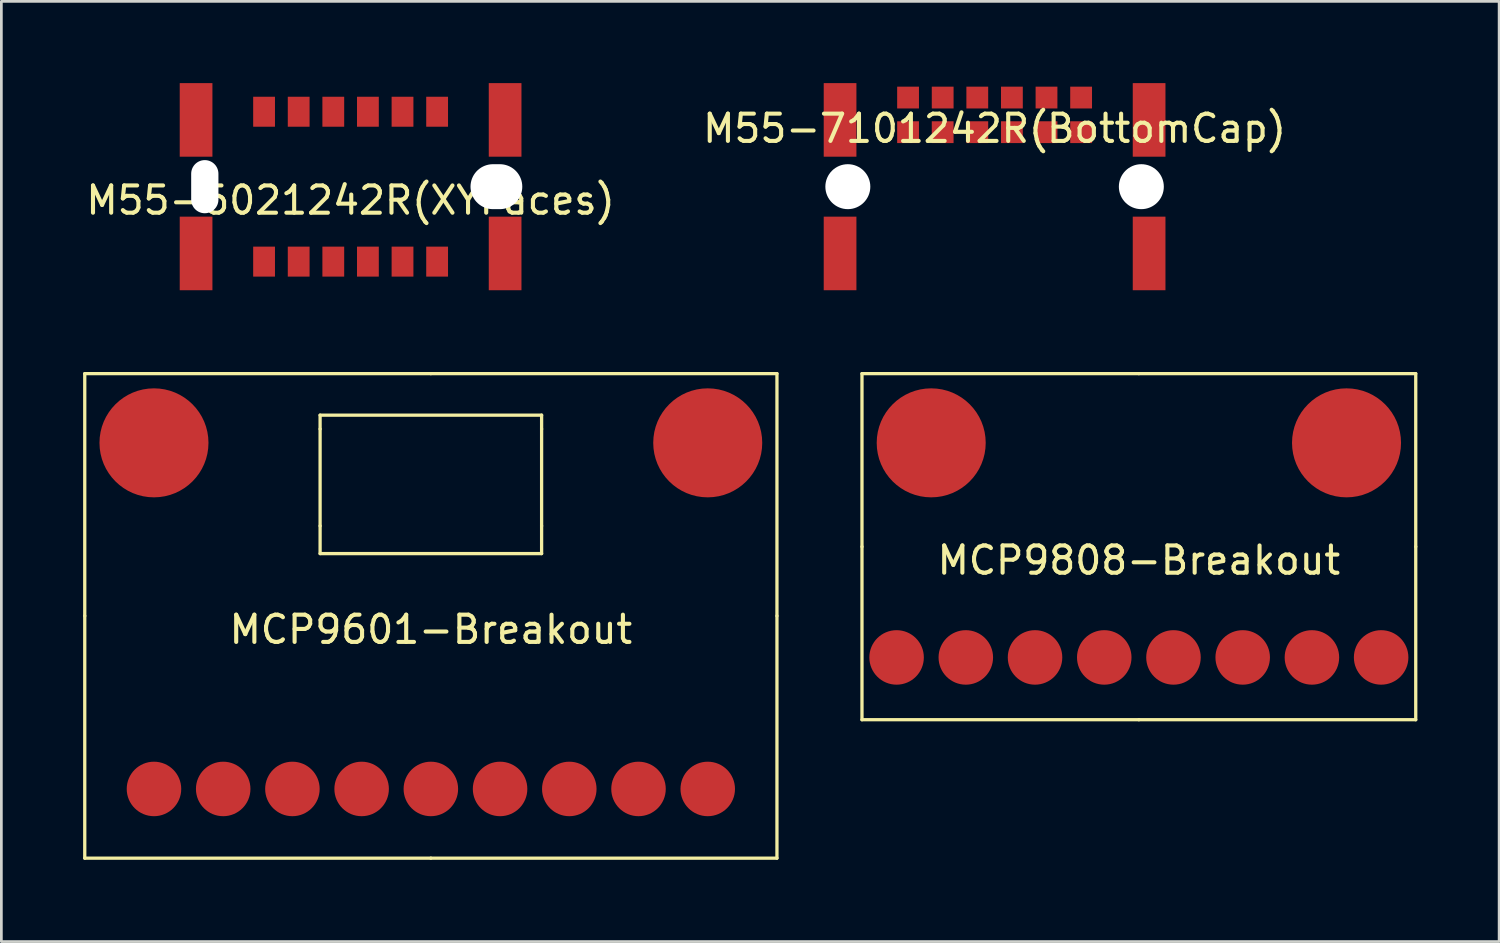
<source format=kicad_pcb>
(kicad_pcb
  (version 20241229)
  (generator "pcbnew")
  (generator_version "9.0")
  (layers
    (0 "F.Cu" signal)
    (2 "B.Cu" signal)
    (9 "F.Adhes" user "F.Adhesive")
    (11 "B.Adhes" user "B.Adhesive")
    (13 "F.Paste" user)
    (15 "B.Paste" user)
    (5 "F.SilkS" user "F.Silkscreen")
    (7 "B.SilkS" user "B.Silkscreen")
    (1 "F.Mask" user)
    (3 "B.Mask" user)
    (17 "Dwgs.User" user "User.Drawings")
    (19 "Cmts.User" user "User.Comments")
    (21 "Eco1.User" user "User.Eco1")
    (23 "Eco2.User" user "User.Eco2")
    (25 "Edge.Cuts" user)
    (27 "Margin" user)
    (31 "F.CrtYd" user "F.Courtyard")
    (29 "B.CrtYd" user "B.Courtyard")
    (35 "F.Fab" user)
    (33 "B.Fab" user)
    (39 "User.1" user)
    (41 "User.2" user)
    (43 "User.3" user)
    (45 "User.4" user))
  (footprint "M55-7101242R(BottomCap)"
    (layer "F.Cu")
    (at 33.446 1.165)
    (property "Reference" "M55-7101242R(BottomCap)" (at 0 0.5 0) (layer "F.SilkS") (effects (font (size 1 1) (thickness 0.15))))
    (attr through_hole)
    (pad "" smd rect (at -5.67 0.185) (size 1.2 2.7) (layers "F.Cu" "F.Mask" "F.Paste"))
    (pad "" smd rect (at -5.67 5.085) (size 1.2 2.7) (layers "F.Cu" "F.Mask" "F.Paste"))
    (pad "" np_thru_hole circle (at -5.385 2.635) (size 1.65 1.65) (drill 1.65) (layers "*.Cu" "*.Mask"))
    (pad "" np_thru_hole circle (at 5.385 2.635) (size 1.65 1.65) (drill 1.65) (layers "*.Cu" "*.Mask"))
    (pad "" smd rect (at 5.67 0.185) (size 1.2 2.7) (layers "F.Cu" "F.Mask" "F.Paste"))
    (pad "" smd rect (at 5.67 5.085) (size 1.2 2.7) (layers "F.Cu" "F.Mask" "F.Paste"))
    (pad "1" smd rect (at 3.175 -0.635) (size 0.8 0.8) (layers "F.Cu" "F.Mask" "F.Paste"))
    (pad "2" smd rect (at 1.905 -0.635) (size 0.8 0.8) (layers "F.Cu" "F.Mask" "F.Paste"))
    (pad "3" smd rect (at 0.635 -0.635) (size 0.8 0.8) (layers "F.Cu" "F.Mask" "F.Paste"))
    (pad "4" smd rect (at -0.635 -0.635) (size 0.8 0.8) (layers "F.Cu" "F.Mask" "F.Paste"))
    (pad "5" smd rect (at -1.905 -0.635) (size 0.8 0.8) (layers "F.Cu" "F.Mask" "F.Paste"))
    (pad "6" smd rect (at -3.175 -0.635) (size 0.8 0.8) (layers "F.Cu" "F.Mask" "F.Paste"))
    (pad "7" smd rect (at 3.175 0.635) (size 0.8 0.8) (layers "F.Cu" "F.Mask" "F.Paste"))
    (pad "8" smd rect (at 1.905 0.635) (size 0.8 0.8) (layers "F.Cu" "F.Mask" "F.Paste"))
    (pad "9" smd rect (at 0.635 0.635) (size 0.8 0.8) (layers "F.Cu" "F.Mask" "F.Paste"))
    (pad "10" smd rect (at -0.635 0.635) (size 0.8 0.8) (layers "F.Cu" "F.Mask" "F.Paste"))
    (pad "11" smd rect (at -1.905 0.635) (size 0.8 0.8) (layers "F.Cu" "F.Mask" "F.Paste"))
    (pad "12" smd rect (at -3.175 0.635) (size 0.8 0.8) (layers "F.Cu" "F.Mask" "F.Paste")))
  (footprint "M55-6021242R(XYFaces)"
    (layer "F.Cu")
    (at 9.815 3.8)
    (property "Reference" "M55-6021242R(XYFaces)" (at 0 0.5 0) (layer "F.SilkS") (effects (font (size 1 1) (thickness 0.15))))
    (attr through_hole)
    (pad "" smd rect (at -5.67 -2.45) (size 1.2 2.7) (layers "F.Cu" "F.Mask" "F.Paste"))
    (pad "" smd rect (at -5.67 2.45) (size 1.2 2.7) (layers "F.Cu" "F.Mask" "F.Paste"))
    (pad "" np_thru_hole oval (at -5.35 0) (size 1 1.95) (drill oval 1 1.95) (layers "*.Cu" "*.Mask"))
    (pad "" np_thru_hole oval (at 5.35 0) (size 1.9 1.65) (drill oval 1.9 1.65) (layers "*.Cu" "*.Mask"))
    (pad "" smd rect (at 5.67 -2.45) (size 1.2 2.7) (layers "F.Cu" "F.Mask" "F.Paste"))
    (pad "" smd rect (at 5.67 2.45) (size 1.2 2.7) (layers "F.Cu" "F.Mask" "F.Paste"))
    (pad "1" smd rect (at -3.175 -2.75) (size 0.8 1.1) (layers "F.Cu" "F.Mask" "F.Paste"))
    (pad "2" smd rect (at -1.905 -2.75) (size 0.8 1.1) (layers "F.Cu" "F.Mask" "F.Paste"))
    (pad "3" smd rect (at -0.635 -2.75) (size 0.8 1.1) (layers "F.Cu" "F.Mask" "F.Paste"))
    (pad "4" smd rect (at 0.635 -2.75) (size 0.8 1.1) (layers "F.Cu" "F.Mask" "F.Paste"))
    (pad "5" smd rect (at 1.905 -2.75) (size 0.8 1.1) (layers "F.Cu" "F.Mask" "F.Paste"))
    (pad "6" smd rect (at 3.175 -2.75) (size 0.8 1.1) (layers "F.Cu" "F.Mask" "F.Paste"))
    (pad "7" smd rect (at -3.175 2.75 180) (size 0.8 1.1) (layers "F.Cu" "F.Mask" "F.Paste"))
    (pad "8" smd rect (at -1.905 2.75 180) (size 0.8 1.1) (layers "F.Cu" "F.Mask" "F.Paste"))
    (pad "9" smd rect (at -0.635 2.75 180) (size 0.8 1.1) (layers "F.Cu" "F.Mask" "F.Paste"))
    (pad "10" smd rect (at 0.635 2.75 180) (size 0.8 1.1) (layers "F.Cu" "F.Mask" "F.Paste"))
    (pad "11" smd rect (at 1.905 2.75 180) (size 0.8 1.1) (layers "F.Cu" "F.Mask" "F.Paste"))
    (pad "12" smd rect (at 3.175 2.75 180) (size 0.8 1.1) (layers "F.Cu" "F.Mask" "F.Paste")))
  (footprint "MCP9808-Breakout"
    (layer "F.Cu")
    (at 38.74 17.01)
    (property "Reference" "MCP9808-Breakout" (at 0 0.5 0) (layer "F.SilkS") (effects (font (size 1 1) (thickness 0.15))))
    (attr through_hole)
    (fp_line (start -10.16 -6.35) (end -10.16 0) (stroke (width 0.12) (type solid)) (layer "F.SilkS"))
    (fp_line (start -10.16 6.35) (end -10.16 0) (stroke (width 0.12) (type solid)) (layer "F.SilkS"))
    (fp_line (start 0 -6.35) (end -10.16 -6.35) (stroke (width 0.12) (type solid)) (layer "F.SilkS"))
    (fp_line (start 0 -6.35) (end 10.16 -6.35) (stroke (width 0.12) (type solid)) (layer "F.SilkS"))
    (fp_line (start 0 6.35) (end -10.16 6.35) (stroke (width 0.12) (type solid)) (layer "F.SilkS"))
    (fp_line (start 0 6.35) (end 10.16 6.35) (stroke (width 0.12) (type solid)) (layer "F.SilkS"))
    (fp_line (start 10.16 -6.35) (end 10.16 0) (stroke (width 0.12) (type solid)) (layer "F.SilkS"))
    (fp_line (start 10.16 6.35) (end 10.16 0) (stroke (width 0.12) (type solid)) (layer "F.SilkS"))
    (pad "1" smd circle (at -8.89 4.064) (size 2 2) (layers "F.Cu" "F.Mask" "F.Paste"))
    (pad "2" smd circle (at -6.35 4.064) (size 2 2) (layers "F.Cu" "F.Mask" "F.Paste"))
    (pad "3" smd circle (at -3.81 4.064) (size 2 2) (layers "F.Cu" "F.Mask" "F.Paste"))
    (pad "4" smd circle (at -1.27 4.064) (size 2 2) (layers "F.Cu" "F.Mask" "F.Paste"))
    (pad "5" smd circle (at 1.27 4.064) (size 2 2) (layers "F.Cu" "F.Mask" "F.Paste"))
    (pad "6" smd circle (at 3.81 4.064) (size 2 2) (layers "F.Cu" "F.Mask" "F.Paste"))
    (pad "7" smd circle (at 6.35 4.064) (size 2 2) (layers "F.Cu" "F.Mask" "F.Paste"))
    (pad "8" smd circle (at 8.89 4.064) (size 2 2) (layers "F.Cu" "F.Mask" "F.Paste"))
    (pad "9" smd circle (at -7.62 -3.81) (size 4 4) (layers "F.Cu" "F.Mask" "F.Paste"))
    (pad "10" smd circle (at 7.62 -3.81) (size 4 4) (layers "F.Cu" "F.Mask" "F.Paste")))
  (footprint "MCP9601-Breakout"
    (layer "F.Cu")
    (at 12.76 19.55)
    (property "Reference" "MCP9601-Breakout" (at 0 0.5 0) (layer "F.SilkS") (effects (font (size 1 1) (thickness 0.15))))
    (attr through_hole)
    (fp_line (start -12.7 0) (end -12.7 -8.89) (stroke (width 0.12) (type solid)) (layer "F.SilkS"))
    (fp_line (start -12.7 0) (end -12.7 8.89) (stroke (width 0.12) (type solid)) (layer "F.SilkS"))
    (fp_line (start -4.064 -7.366) (end 4.064 -7.366) (stroke (width 0.12) (type solid)) (layer "F.SilkS"))
    (fp_line (start -4.064 -6.858) (end -4.064 -7.366) (stroke (width 0.12) (type solid)) (layer "F.SilkS"))
    (fp_line (start -4.064 -6.858) (end -4.064 -3.302) (stroke (width 0.12) (type solid)) (layer "F.SilkS"))
    (fp_line (start -4.064 -2.286) (end -4.064 -3.302) (stroke (width 0.12) (type solid)) (layer "F.SilkS"))
    (fp_line (start 0 -8.89) (end -12.7 -8.89) (stroke (width 0.12) (type solid)) (layer "F.SilkS"))
    (fp_line (start 0 -8.89) (end 12.7 -8.89) (stroke (width 0.12) (type solid)) (layer "F.SilkS"))
    (fp_line (start 0 8.89) (end -12.7 8.89) (stroke (width 0.12) (type solid)) (layer "F.SilkS"))
    (fp_line (start 0 8.89) (end 12.7 8.89) (stroke (width 0.12) (type solid)) (layer "F.SilkS"))
    (fp_line (start 4.064 -7.366) (end 4.064 -6.858) (stroke (width 0.12) (type solid)) (layer "F.SilkS"))
    (fp_line (start 4.064 -3.302) (end 4.064 -6.858) (stroke (width 0.12) (type solid)) (layer "F.SilkS"))
    (fp_line (start 4.064 -3.302) (end 4.064 -2.286) (stroke (width 0.12) (type solid)) (layer "F.SilkS"))
    (fp_line (start 4.064 -2.286) (end -4.064 -2.286) (stroke (width 0.12) (type solid)) (layer "F.SilkS"))
    (fp_line (start 12.7 0) (end 12.7 -8.89) (stroke (width 0.12) (type solid)) (layer "F.SilkS"))
    (fp_line (start 12.7 0) (end 12.7 8.89) (stroke (width 0.12) (type solid)) (layer "F.SilkS"))
    (pad "1" smd circle (at -10.16 6.35) (size 2 2) (layers "F.Cu" "F.Mask" "F.Paste"))
    (pad "2" smd circle (at -7.62 6.35) (size 2 2) (layers "F.Cu" "F.Mask" "F.Paste"))
    (pad "3" smd circle (at -5.08 6.35) (size 2 2) (layers "F.Cu" "F.Mask" "F.Paste"))
    (pad "4" smd circle (at -2.54 6.35) (size 2 2) (layers "F.Cu" "F.Mask" "F.Paste"))
    (pad "5" smd circle (at 0 6.35) (size 2 2) (layers "F.Cu" "F.Mask" "F.Paste"))
    (pad "6" smd circle (at 2.54 6.35) (size 2 2) (layers "F.Cu" "F.Mask" "F.Paste"))
    (pad "7" smd circle (at 5.08 6.35) (size 2 2) (layers "F.Cu" "F.Mask" "F.Paste"))
    (pad "8" smd circle (at 7.62 6.35) (size 2 2) (layers "F.Cu" "F.Mask" "F.Paste"))
    (pad "9" smd circle (at 10.16 6.35) (size 2 2) (layers "F.Cu" "F.Mask" "F.Paste"))
    (pad "10" smd circle (at -10.16 -6.35 180) (size 4 4) (layers "F.Cu" "F.Mask" "F.Paste"))
    (pad "11" smd circle (at 10.16 -6.35 180) (size 4 4) (layers "F.Cu" "F.Mask" "F.Paste")))
  (gr_rect
    (start -3 -3)
    (end 51.96 31.5)
    (stroke (width 0.1) (type default))
    (fill no)
    (layer "Edge.Cuts")))
</source>
